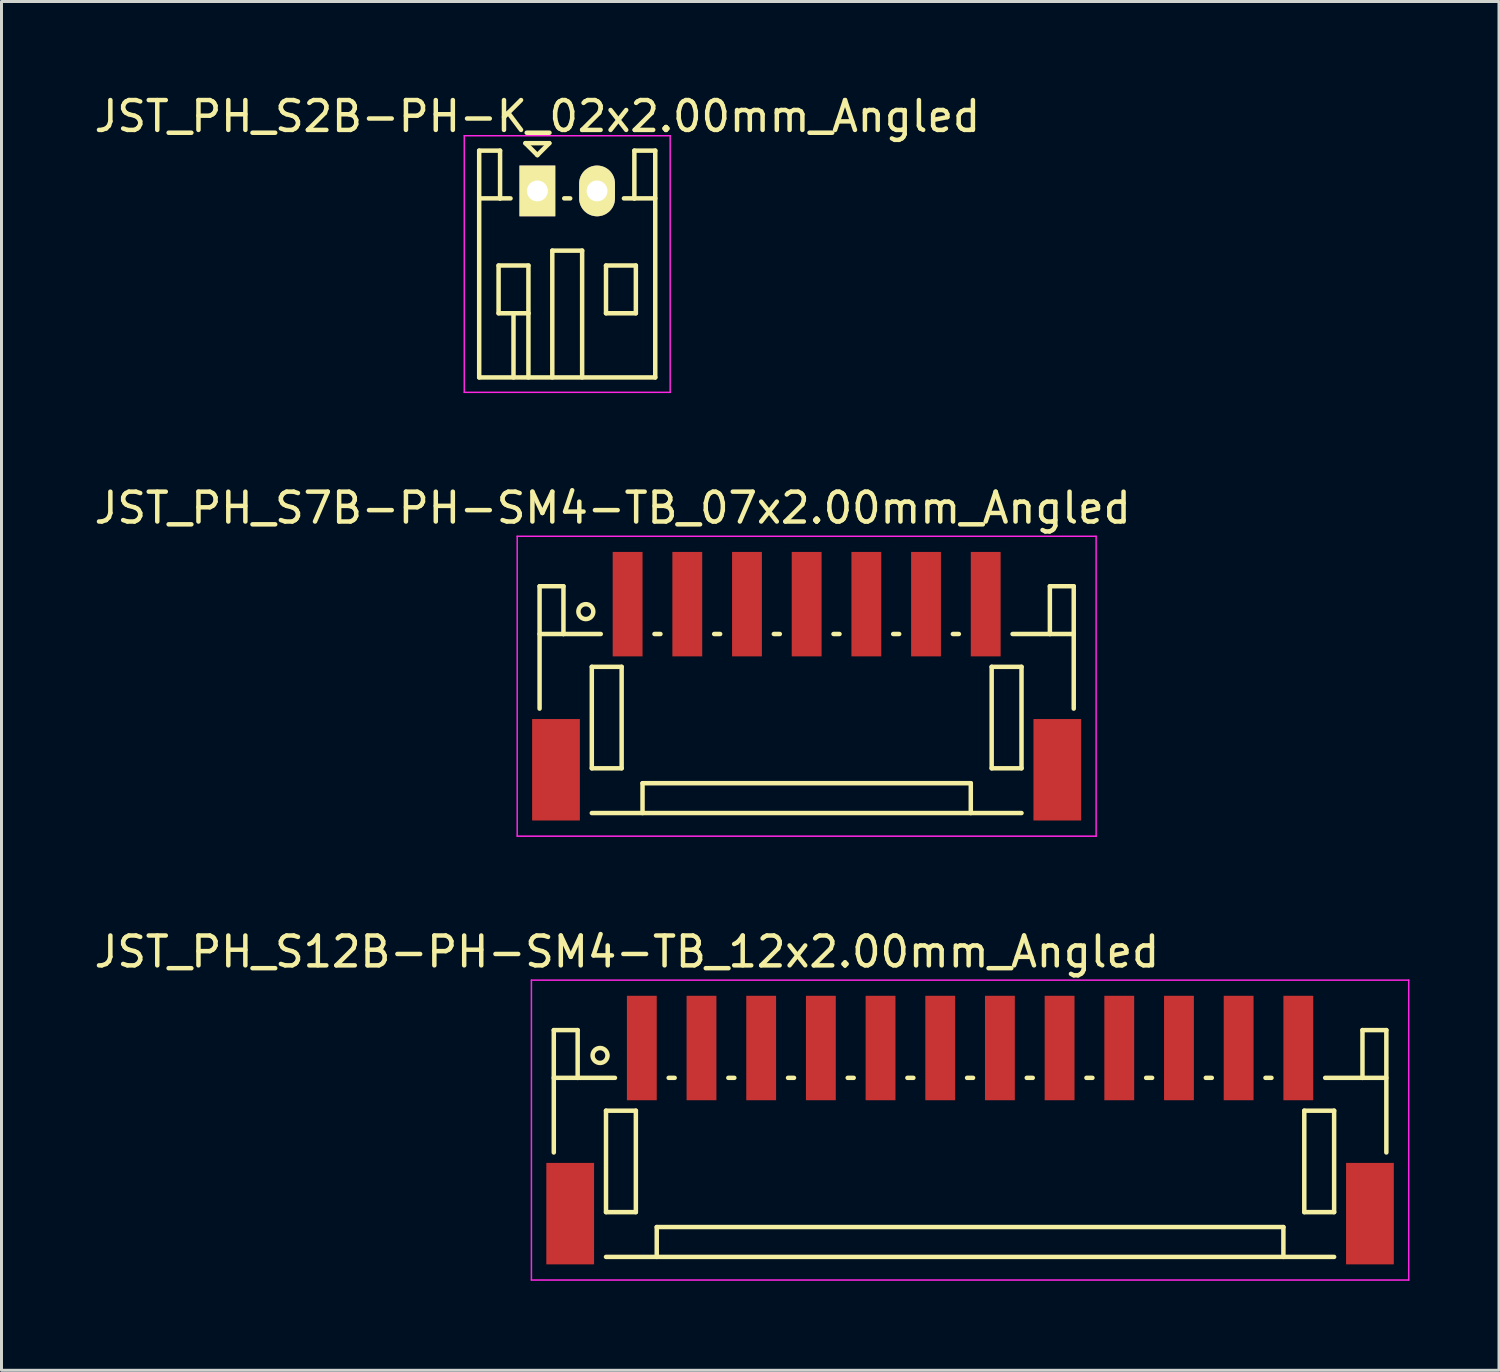
<source format=kicad_pcb>
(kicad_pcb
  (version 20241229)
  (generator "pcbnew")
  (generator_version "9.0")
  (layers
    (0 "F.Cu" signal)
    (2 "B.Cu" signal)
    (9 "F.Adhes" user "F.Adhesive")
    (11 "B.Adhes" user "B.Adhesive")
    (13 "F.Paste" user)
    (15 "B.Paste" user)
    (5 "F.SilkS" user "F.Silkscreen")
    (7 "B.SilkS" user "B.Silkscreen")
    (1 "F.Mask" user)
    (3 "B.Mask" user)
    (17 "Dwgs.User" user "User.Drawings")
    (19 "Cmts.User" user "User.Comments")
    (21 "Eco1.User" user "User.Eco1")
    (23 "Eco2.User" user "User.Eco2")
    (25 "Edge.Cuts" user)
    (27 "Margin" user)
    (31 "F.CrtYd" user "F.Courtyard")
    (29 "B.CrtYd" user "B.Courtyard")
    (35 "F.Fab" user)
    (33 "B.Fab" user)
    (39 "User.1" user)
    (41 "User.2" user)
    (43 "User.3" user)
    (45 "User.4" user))
  (footprint "JST_PH_S2B-PH-K_02x2.00mm_Angled"
    (layer "F.Cu")
    (at 14.958 3.348)
    (property "Reference" "JST_PH_S2B-PH-K_02x2.00mm_Angled" (at 0 -2.5 0) (layer "F.SilkS") (effects (font (size 1 1) (thickness 0.15))))
    (attr through_hole)
    (fp_line (start -1.95 -1.35) (end -1.95 6.25) (stroke (width 0.15) (type solid)) (layer "F.SilkS"))
    (fp_line (start -1.95 0.25) (end -1.25 0.25) (stroke (width 0.15) (type solid)) (layer "F.SilkS"))
    (fp_line (start -1.95 6.25) (end 3.95 6.25) (stroke (width 0.15) (type solid)) (layer "F.SilkS"))
    (fp_line (start -1.3 2.5) (end -1.3 4.1) (stroke (width 0.15) (type solid)) (layer "F.SilkS"))
    (fp_line (start -1.3 4.1) (end -0.3 4.1) (stroke (width 0.15) (type solid)) (layer "F.SilkS"))
    (fp_line (start -1.25 -1.35) (end -1.95 -1.35) (stroke (width 0.15) (type solid)) (layer "F.SilkS"))
    (fp_line (start -1.25 0.25) (end -1.25 -1.35) (stroke (width 0.15) (type solid)) (layer "F.SilkS"))
    (fp_line (start -0.9 0.25) (end -1.25 0.25) (stroke (width 0.15) (type solid)) (layer "F.SilkS"))
    (fp_line (start -0.8 4.1) (end -0.8 6.25) (stroke (width 0.15) (type solid)) (layer "F.SilkS"))
    (fp_line (start -0.4 -1.6) (end 0.4 -1.6) (stroke (width 0.15) (type solid)) (layer "F.SilkS"))
    (fp_line (start -0.3 2.5) (end -1.3 2.5) (stroke (width 0.15) (type solid)) (layer "F.SilkS"))
    (fp_line (start -0.3 4.1) (end -0.3 2.5) (stroke (width 0.15) (type solid)) (layer "F.SilkS"))
    (fp_line (start -0.3 4.1) (end -0.3 6.25) (stroke (width 0.15) (type solid)) (layer "F.SilkS"))
    (fp_line (start 0 -1.2) (end -0.4 -1.6) (stroke (width 0.15) (type solid)) (layer "F.SilkS"))
    (fp_line (start 0.4 -1.6) (end 0 -1.2) (stroke (width 0.15) (type solid)) (layer "F.SilkS"))
    (fp_line (start 0.5 2) (end 1.5 2) (stroke (width 0.15) (type solid)) (layer "F.SilkS"))
    (fp_line (start 0.5 6.25) (end 0.5 2) (stroke (width 0.15) (type solid)) (layer "F.SilkS"))
    (fp_line (start 0.9 0.25) (end 1.1 0.25) (stroke (width 0.15) (type solid)) (layer "F.SilkS"))
    (fp_line (start 1.5 2) (end 1.5 6.25) (stroke (width 0.15) (type solid)) (layer "F.SilkS"))
    (fp_line (start 2.3 2.5) (end 3.3 2.5) (stroke (width 0.15) (type solid)) (layer "F.SilkS"))
    (fp_line (start 2.3 4.1) (end 2.3 2.5) (stroke (width 0.15) (type solid)) (layer "F.SilkS"))
    (fp_line (start 3.25 -1.35) (end 3.25 0.25) (stroke (width 0.15) (type solid)) (layer "F.SilkS"))
    (fp_line (start 3.25 0.25) (end 2.9 0.25) (stroke (width 0.15) (type solid)) (layer "F.SilkS"))
    (fp_line (start 3.3 2.5) (end 3.3 4.1) (stroke (width 0.15) (type solid)) (layer "F.SilkS"))
    (fp_line (start 3.3 4.1) (end 2.3 4.1) (stroke (width 0.15) (type solid)) (layer "F.SilkS"))
    (fp_line (start 3.95 -1.35) (end 3.25 -1.35) (stroke (width 0.15) (type solid)) (layer "F.SilkS"))
    (fp_line (start 3.95 0.25) (end 3.25 0.25) (stroke (width 0.15) (type solid)) (layer "F.SilkS"))
    (fp_line (start 3.95 6.25) (end 3.95 -1.35) (stroke (width 0.15) (type solid)) (layer "F.SilkS"))
    (fp_line (start -2.45 -1.85) (end 4.45 -1.85) (stroke (width 0.05) (type solid)) (layer "F.CrtYd"))
    (fp_line (start -2.45 6.75) (end -2.45 -1.85) (stroke (width 0.05) (type solid)) (layer "F.CrtYd"))
    (fp_line (start 4.45 -1.85) (end 4.45 6.75) (stroke (width 0.05) (type solid)) (layer "F.CrtYd"))
    (fp_line (start 4.45 6.75) (end -2.45 6.75) (stroke (width 0.05) (type solid)) (layer "F.CrtYd"))
    (pad "1" thru_hole rect (at 0 0) (size 1.2 1.7) (drill 0.7) (layers "*.Cu" "*.Mask" "F.SilkS"))
    (pad "2" thru_hole oval (at 2 0) (size 1.2 1.7) (drill 0.7) (layers "*.Cu" "*.Mask" "F.SilkS")))
  (footprint "JST_PH_S7B-PH-SM4-TB_07x2.00mm_Angled"
    (layer "F.Cu")
    (at 23.982 19.971)
    (property "Reference" "JST_PH_S7B-PH-SM4-TB_07x2.00mm_Angled" (at -6.5 -6 0) (layer "F.SilkS") (effects (font (size 1 1) (thickness 0.15))))
    (attr smd)
    (fp_line (start -8.95 -3.375) (end -8.95 0.725) (stroke (width 0.15) (type solid)) (layer "F.SilkS"))
    (fp_line (start -8.15 -3.375) (end -8.95 -3.375) (stroke (width 0.15) (type solid)) (layer "F.SilkS"))
    (fp_line (start -8.15 -1.775) (end -8.95 -1.775) (stroke (width 0.15) (type solid)) (layer "F.SilkS"))
    (fp_line (start -8.15 -1.775) (end -8.15 -3.375) (stroke (width 0.15) (type solid)) (layer "F.SilkS"))
    (fp_line (start -7.2 -0.675) (end -7.2 2.725) (stroke (width 0.15) (type solid)) (layer "F.SilkS"))
    (fp_line (start -7.2 2.725) (end -6.2 2.725) (stroke (width 0.15) (type solid)) (layer "F.SilkS"))
    (fp_line (start -7.2 4.225) (end 7.2 4.225) (stroke (width 0.15) (type solid)) (layer "F.SilkS"))
    (fp_line (start -6.9 -1.775) (end -8.15 -1.775) (stroke (width 0.15) (type solid)) (layer "F.SilkS"))
    (fp_line (start -6.2 -0.675) (end -7.2 -0.675) (stroke (width 0.15) (type solid)) (layer "F.SilkS"))
    (fp_line (start -6.2 2.725) (end -6.2 -0.675) (stroke (width 0.15) (type solid)) (layer "F.SilkS"))
    (fp_line (start -5.5 3.225) (end 5.5 3.225) (stroke (width 0.15) (type solid)) (layer "F.SilkS"))
    (fp_line (start -5.5 4.225) (end -5.5 3.225) (stroke (width 0.15) (type solid)) (layer "F.SilkS"))
    (fp_line (start -5.1 -1.775) (end -4.9 -1.775) (stroke (width 0.15) (type solid)) (layer "F.SilkS"))
    (fp_line (start -3.1 -1.775) (end -2.9 -1.775) (stroke (width 0.15) (type solid)) (layer "F.SilkS"))
    (fp_line (start -1.1 -1.775) (end -0.9 -1.775) (stroke (width 0.15) (type solid)) (layer "F.SilkS"))
    (fp_line (start 0.9 -1.775) (end 1.1 -1.775) (stroke (width 0.15) (type solid)) (layer "F.SilkS"))
    (fp_line (start 2.9 -1.775) (end 3.1 -1.775) (stroke (width 0.15) (type solid)) (layer "F.SilkS"))
    (fp_line (start 4.9 -1.775) (end 5.1 -1.775) (stroke (width 0.15) (type solid)) (layer "F.SilkS"))
    (fp_line (start 5.5 3.225) (end 5.5 4.225) (stroke (width 0.15) (type solid)) (layer "F.SilkS"))
    (fp_line (start 6.2 -0.675) (end 7.2 -0.675) (stroke (width 0.15) (type solid)) (layer "F.SilkS"))
    (fp_line (start 6.2 2.725) (end 6.2 -0.675) (stroke (width 0.15) (type solid)) (layer "F.SilkS"))
    (fp_line (start 6.9 -1.775) (end 8.15 -1.775) (stroke (width 0.15) (type solid)) (layer "F.SilkS"))
    (fp_line (start 7.2 -0.675) (end 7.2 2.725) (stroke (width 0.15) (type solid)) (layer "F.SilkS"))
    (fp_line (start 7.2 2.725) (end 6.2 2.725) (stroke (width 0.15) (type solid)) (layer "F.SilkS"))
    (fp_line (start 8.15 -3.375) (end 8.95 -3.375) (stroke (width 0.15) (type solid)) (layer "F.SilkS"))
    (fp_line (start 8.15 -1.775) (end 8.15 -3.375) (stroke (width 0.15) (type solid)) (layer "F.SilkS"))
    (fp_line (start 8.15 -1.775) (end 8.95 -1.775) (stroke (width 0.15) (type solid)) (layer "F.SilkS"))
    (fp_line (start 8.95 -3.375) (end 8.95 0.725) (stroke (width 0.15) (type solid)) (layer "F.SilkS"))
    (fp_circle (center -7.4 -2.525) (end -7.15 -2.525) (stroke (width 0.15) (type solid)) (fill no) (layer "F.SilkS"))
    (fp_line (start -9.7 -5.05) (end 9.7 -5.05) (stroke (width 0.05) (type solid)) (layer "F.CrtYd"))
    (fp_line (start -9.7 5) (end -9.7 -5.05) (stroke (width 0.05) (type solid)) (layer "F.CrtYd"))
    (fp_line (start 9.7 -5.05) (end 9.7 5) (stroke (width 0.05) (type solid)) (layer "F.CrtYd"))
    (fp_line (start 9.7 5) (end -9.7 5) (stroke (width 0.05) (type solid)) (layer "F.CrtYd"))
    (pad "" smd rect (at -8.4 2.775) (size 1.6 3.4) (layers "F.Cu" "F.Mask" "F.Paste"))
    (pad "" smd rect (at 8.4 2.775) (size 1.6 3.4) (layers "F.Cu" "F.Mask" "F.Paste"))
    (pad "1" smd rect (at -6 -2.775) (size 1 3.5) (layers "F.Cu" "F.Mask" "F.Paste"))
    (pad "2" smd rect (at -4 -2.775) (size 1 3.5) (layers "F.Cu" "F.Mask" "F.Paste"))
    (pad "3" smd rect (at -2 -2.775) (size 1 3.5) (layers "F.Cu" "F.Mask" "F.Paste"))
    (pad "4" smd rect (at 0 -2.775) (size 1 3.5) (layers "F.Cu" "F.Mask" "F.Paste"))
    (pad "5" smd rect (at 2 -2.775) (size 1 3.5) (layers "F.Cu" "F.Mask" "F.Paste"))
    (pad "6" smd rect (at 4 -2.775) (size 1 3.5) (layers "F.Cu" "F.Mask" "F.Paste"))
    (pad "7" smd rect (at 6 -2.775) (size 1 3.5) (layers "F.Cu" "F.Mask" "F.Paste")))
  (footprint "JST_PH_S12B-PH-SM4-TB_12x2.00mm_Angled"
    (layer "F.Cu")
    (at 29.458 34.845)
    (property "Reference" "JST_PH_S12B-PH-SM4-TB_12x2.00mm_Angled" (at -11.5 -6 0) (layer "F.SilkS") (effects (font (size 1 1) (thickness 0.15))))
    (attr smd)
    (fp_line (start -13.95 -3.375) (end -13.95 0.725) (stroke (width 0.15) (type solid)) (layer "F.SilkS"))
    (fp_line (start -13.15 -3.375) (end -13.95 -3.375) (stroke (width 0.15) (type solid)) (layer "F.SilkS"))
    (fp_line (start -13.15 -1.775) (end -13.95 -1.775) (stroke (width 0.15) (type solid)) (layer "F.SilkS"))
    (fp_line (start -13.15 -1.775) (end -13.15 -3.375) (stroke (width 0.15) (type solid)) (layer "F.SilkS"))
    (fp_line (start -12.2 -0.675) (end -12.2 2.725) (stroke (width 0.15) (type solid)) (layer "F.SilkS"))
    (fp_line (start -12.2 2.725) (end -11.2 2.725) (stroke (width 0.15) (type solid)) (layer "F.SilkS"))
    (fp_line (start -12.2 4.225) (end 12.2 4.225) (stroke (width 0.15) (type solid)) (layer "F.SilkS"))
    (fp_line (start -11.9 -1.775) (end -13.15 -1.775) (stroke (width 0.15) (type solid)) (layer "F.SilkS"))
    (fp_line (start -11.2 -0.675) (end -12.2 -0.675) (stroke (width 0.15) (type solid)) (layer "F.SilkS"))
    (fp_line (start -11.2 2.725) (end -11.2 -0.675) (stroke (width 0.15) (type solid)) (layer "F.SilkS"))
    (fp_line (start -10.5 3.225) (end 10.5 3.225) (stroke (width 0.15) (type solid)) (layer "F.SilkS"))
    (fp_line (start -10.5 4.225) (end -10.5 3.225) (stroke (width 0.15) (type solid)) (layer "F.SilkS"))
    (fp_line (start -10.1 -1.775) (end -9.9 -1.775) (stroke (width 0.15) (type solid)) (layer "F.SilkS"))
    (fp_line (start -8.1 -1.775) (end -7.9 -1.775) (stroke (width 0.15) (type solid)) (layer "F.SilkS"))
    (fp_line (start -6.1 -1.775) (end -5.9 -1.775) (stroke (width 0.15) (type solid)) (layer "F.SilkS"))
    (fp_line (start -4.1 -1.775) (end -3.9 -1.775) (stroke (width 0.15) (type solid)) (layer "F.SilkS"))
    (fp_line (start -2.1 -1.775) (end -1.9 -1.775) (stroke (width 0.15) (type solid)) (layer "F.SilkS"))
    (fp_line (start -0.1 -1.775) (end 0.1 -1.775) (stroke (width 0.15) (type solid)) (layer "F.SilkS"))
    (fp_line (start 1.9 -1.775) (end 2.1 -1.775) (stroke (width 0.15) (type solid)) (layer "F.SilkS"))
    (fp_line (start 3.9 -1.775) (end 4.1 -1.775) (stroke (width 0.15) (type solid)) (layer "F.SilkS"))
    (fp_line (start 5.9 -1.775) (end 6.1 -1.775) (stroke (width 0.15) (type solid)) (layer "F.SilkS"))
    (fp_line (start 7.9 -1.775) (end 8.1 -1.775) (stroke (width 0.15) (type solid)) (layer "F.SilkS"))
    (fp_line (start 9.9 -1.775) (end 10.1 -1.775) (stroke (width 0.15) (type solid)) (layer "F.SilkS"))
    (fp_line (start 10.5 3.225) (end 10.5 4.225) (stroke (width 0.15) (type solid)) (layer "F.SilkS"))
    (fp_line (start 11.2 -0.675) (end 12.2 -0.675) (stroke (width 0.15) (type solid)) (layer "F.SilkS"))
    (fp_line (start 11.2 2.725) (end 11.2 -0.675) (stroke (width 0.15) (type solid)) (layer "F.SilkS"))
    (fp_line (start 11.9 -1.775) (end 13.15 -1.775) (stroke (width 0.15) (type solid)) (layer "F.SilkS"))
    (fp_line (start 12.2 -0.675) (end 12.2 2.725) (stroke (width 0.15) (type solid)) (layer "F.SilkS"))
    (fp_line (start 12.2 2.725) (end 11.2 2.725) (stroke (width 0.15) (type solid)) (layer "F.SilkS"))
    (fp_line (start 13.15 -3.375) (end 13.95 -3.375) (stroke (width 0.15) (type solid)) (layer "F.SilkS"))
    (fp_line (start 13.15 -1.775) (end 13.15 -3.375) (stroke (width 0.15) (type solid)) (layer "F.SilkS"))
    (fp_line (start 13.15 -1.775) (end 13.95 -1.775) (stroke (width 0.15) (type solid)) (layer "F.SilkS"))
    (fp_line (start 13.95 -3.375) (end 13.95 0.725) (stroke (width 0.15) (type solid)) (layer "F.SilkS"))
    (fp_circle (center -12.4 -2.525) (end -12.15 -2.525) (stroke (width 0.15) (type solid)) (fill no) (layer "F.SilkS"))
    (fp_line (start -14.7 -5.05) (end 14.7 -5.05) (stroke (width 0.05) (type solid)) (layer "F.CrtYd"))
    (fp_line (start -14.7 5) (end -14.7 -5.05) (stroke (width 0.05) (type solid)) (layer "F.CrtYd"))
    (fp_line (start 14.7 -5.05) (end 14.7 5) (stroke (width 0.05) (type solid)) (layer "F.CrtYd"))
    (fp_line (start 14.7 5) (end -14.7 5) (stroke (width 0.05) (type solid)) (layer "F.CrtYd"))
    (pad "" smd rect (at -13.4 2.775) (size 1.6 3.4) (layers "F.Cu" "F.Mask" "F.Paste"))
    (pad "" smd rect (at 13.4 2.775) (size 1.6 3.4) (layers "F.Cu" "F.Mask" "F.Paste"))
    (pad "1" smd rect (at -11 -2.775) (size 1 3.5) (layers "F.Cu" "F.Mask" "F.Paste"))
    (pad "2" smd rect (at -9 -2.775) (size 1 3.5) (layers "F.Cu" "F.Mask" "F.Paste"))
    (pad "3" smd rect (at -7 -2.775) (size 1 3.5) (layers "F.Cu" "F.Mask" "F.Paste"))
    (pad "4" smd rect (at -5 -2.775) (size 1 3.5) (layers "F.Cu" "F.Mask" "F.Paste"))
    (pad "5" smd rect (at -3 -2.775) (size 1 3.5) (layers "F.Cu" "F.Mask" "F.Paste"))
    (pad "6" smd rect (at -1 -2.775) (size 1 3.5) (layers "F.Cu" "F.Mask" "F.Paste"))
    (pad "7" smd rect (at 1 -2.775) (size 1 3.5) (layers "F.Cu" "F.Mask" "F.Paste"))
    (pad "8" smd rect (at 3 -2.775) (size 1 3.5) (layers "F.Cu" "F.Mask" "F.Paste"))
    (pad "9" smd rect (at 5 -2.775) (size 1 3.5) (layers "F.Cu" "F.Mask" "F.Paste"))
    (pad "10" smd rect (at 7 -2.775) (size 1 3.5) (layers "F.Cu" "F.Mask" "F.Paste"))
    (pad "11" smd rect (at 9 -2.775) (size 1 3.5) (layers "F.Cu" "F.Mask" "F.Paste"))
    (pad "12" smd rect (at 11 -2.775) (size 1 3.5) (layers "F.Cu" "F.Mask" "F.Paste")))
  (gr_rect
    (start -3 -3)
    (end 47.183 42.87)
    (stroke (width 0.1) (type default))
    (fill no)
    (layer "Edge.Cuts")))
</source>
